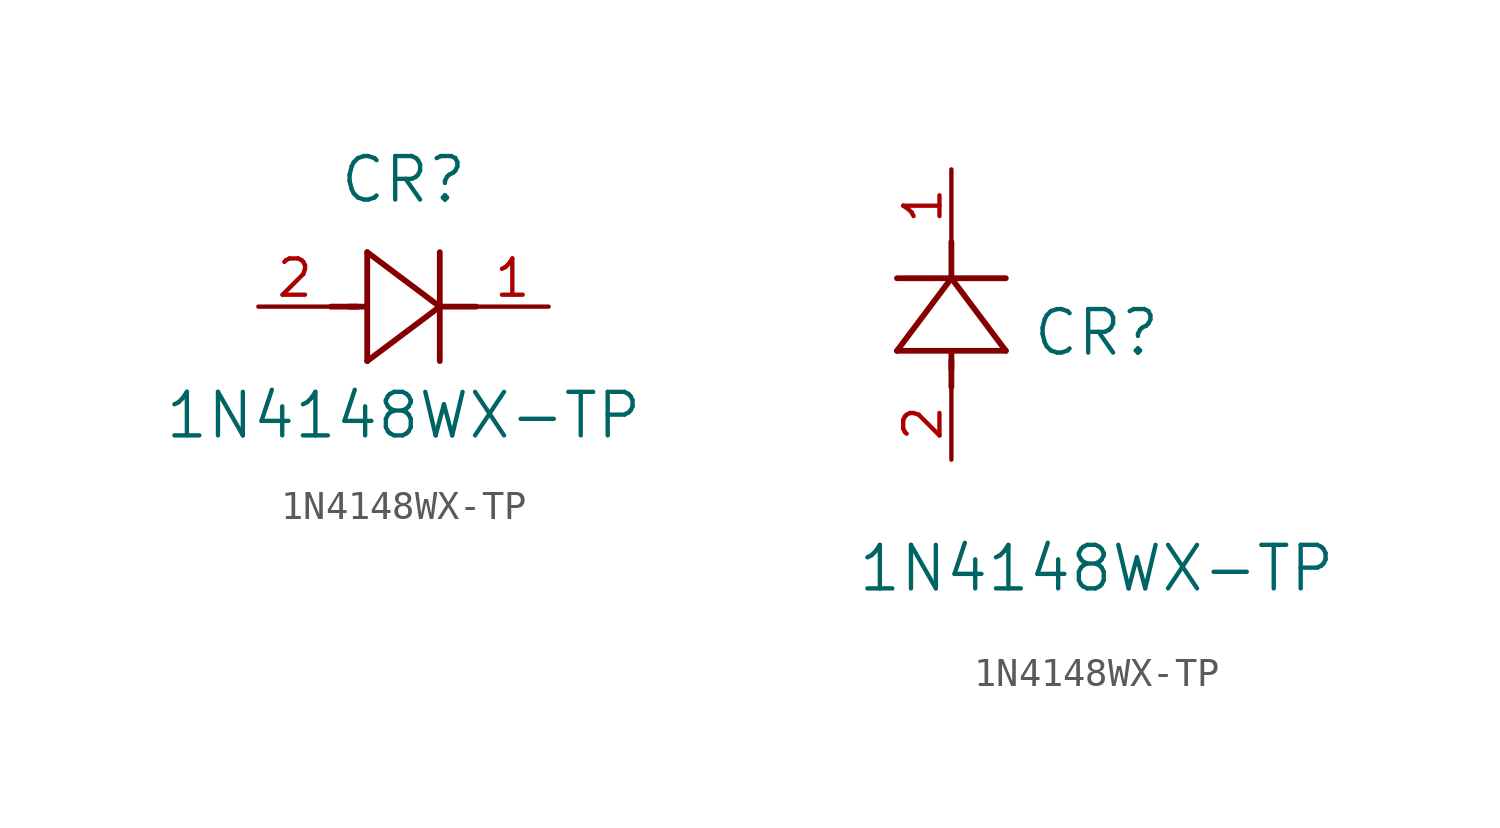
<source format=kicad_sym>
(kicad_symbol_lib
  (version 20211014)
  (generator kicad_symbol_editor)
  (symbol "1N4148WX-TP"
    (pin_names
      (offset 0.254))
    (property "Reference" "CR"
      (at 5.08 4.445 0)
      (effects (font (size 1.524 1.524))))
    (property "Value" "1N4148WX-TP"
      (at 5.08 -3.81 0)
      (effects (font (size 1.524 1.524))))
    (symbol "1N4148WX-TP_1_1"
      (polyline (pts (xy 2.54 0) (xy 3.48 0)) (stroke (width 0.203) (type default) (color 0 0 0 0)) (fill (type none)))
      (polyline (pts (xy 3.81 1.905) (xy 3.81 -1.905)) (stroke (width 0.203) (type default) (color 0 0 0 0)) (fill (type none)))
      (polyline (pts (xy 3.175 0) (xy 3.81 0)) (stroke (width 0.203) (type default) (color 0 0 0 0)) (fill (type none)))
      (polyline (pts (xy 6.35 -1.905) (xy 6.35 1.905)) (stroke (width 0.203) (type default) (color 0 0 0 0)) (fill (type none)))
      (polyline (pts (xy 6.35 0) (xy 7.62 0)) (stroke (width 0.203) (type default) (color 0 0 0 0)) (fill (type none)))
      (polyline (pts (xy 6.35 0) (xy 3.81 1.905)) (stroke (width 0.203) (type default) (color 0 0 0 0)) (fill (type none)))
      (polyline (pts (xy 3.81 -1.905) (xy 6.35 0)) (stroke (width 0.203) (type default) (color 0 0 0 0)) (fill (type none)))
      (pin unspecified line (at 0 0 0) (length 2.54) (name "" (effects (font (size 1.27 1.27)))) (number "2" (effects (font (size 1.27 1.27)))))
      (pin unspecified line (at 10.16 0 180) (length 2.54) (name "" (effects (font (size 1.27 1.27)))) (number "1" (effects (font (size 1.27 1.27))))))
    (symbol "1N4148WX-TP_1_2"
      (polyline (pts (xy 0 2.54) (xy 0 3.48)) (stroke (width 0.203) (type default) (color 0 0 0 0)) (fill (type none)))
      (polyline (pts (xy -1.905 3.81) (xy 1.905 3.81)) (stroke (width 0.203) (type default) (color 0 0 0 0)) (fill (type none)))
      (polyline (pts (xy 0 3.175) (xy 0 3.81)) (stroke (width 0.203) (type default) (color 0 0 0 0)) (fill (type none)))
      (polyline (pts (xy 1.905 6.35) (xy -1.905 6.35)) (stroke (width 0.203) (type default) (color 0 0 0 0)) (fill (type none)))
      (polyline (pts (xy 0 6.35) (xy 0 7.62)) (stroke (width 0.203) (type default) (color 0 0 0 0)) (fill (type none)))
      (polyline (pts (xy 0 6.35) (xy -1.905 3.81)) (stroke (width 0.203) (type default) (color 0 0 0 0)) (fill (type none)))
      (polyline (pts (xy 1.905 3.81) (xy 0 6.35)) (stroke (width 0.203) (type default) (color 0 0 0 0)) (fill (type none)))
      (pin unspecified line (at 0 0 90) (length 2.54) (name "" (effects (font (size 1.27 1.27)))) (number "2" (effects (font (size 1.27 1.27)))))
      (pin unspecified line (at 0 10.16 270) (length 2.54) (name "" (effects (font (size 1.27 1.27)))) (number "1" (effects (font (size 1.27 1.27))))))))
</source>
